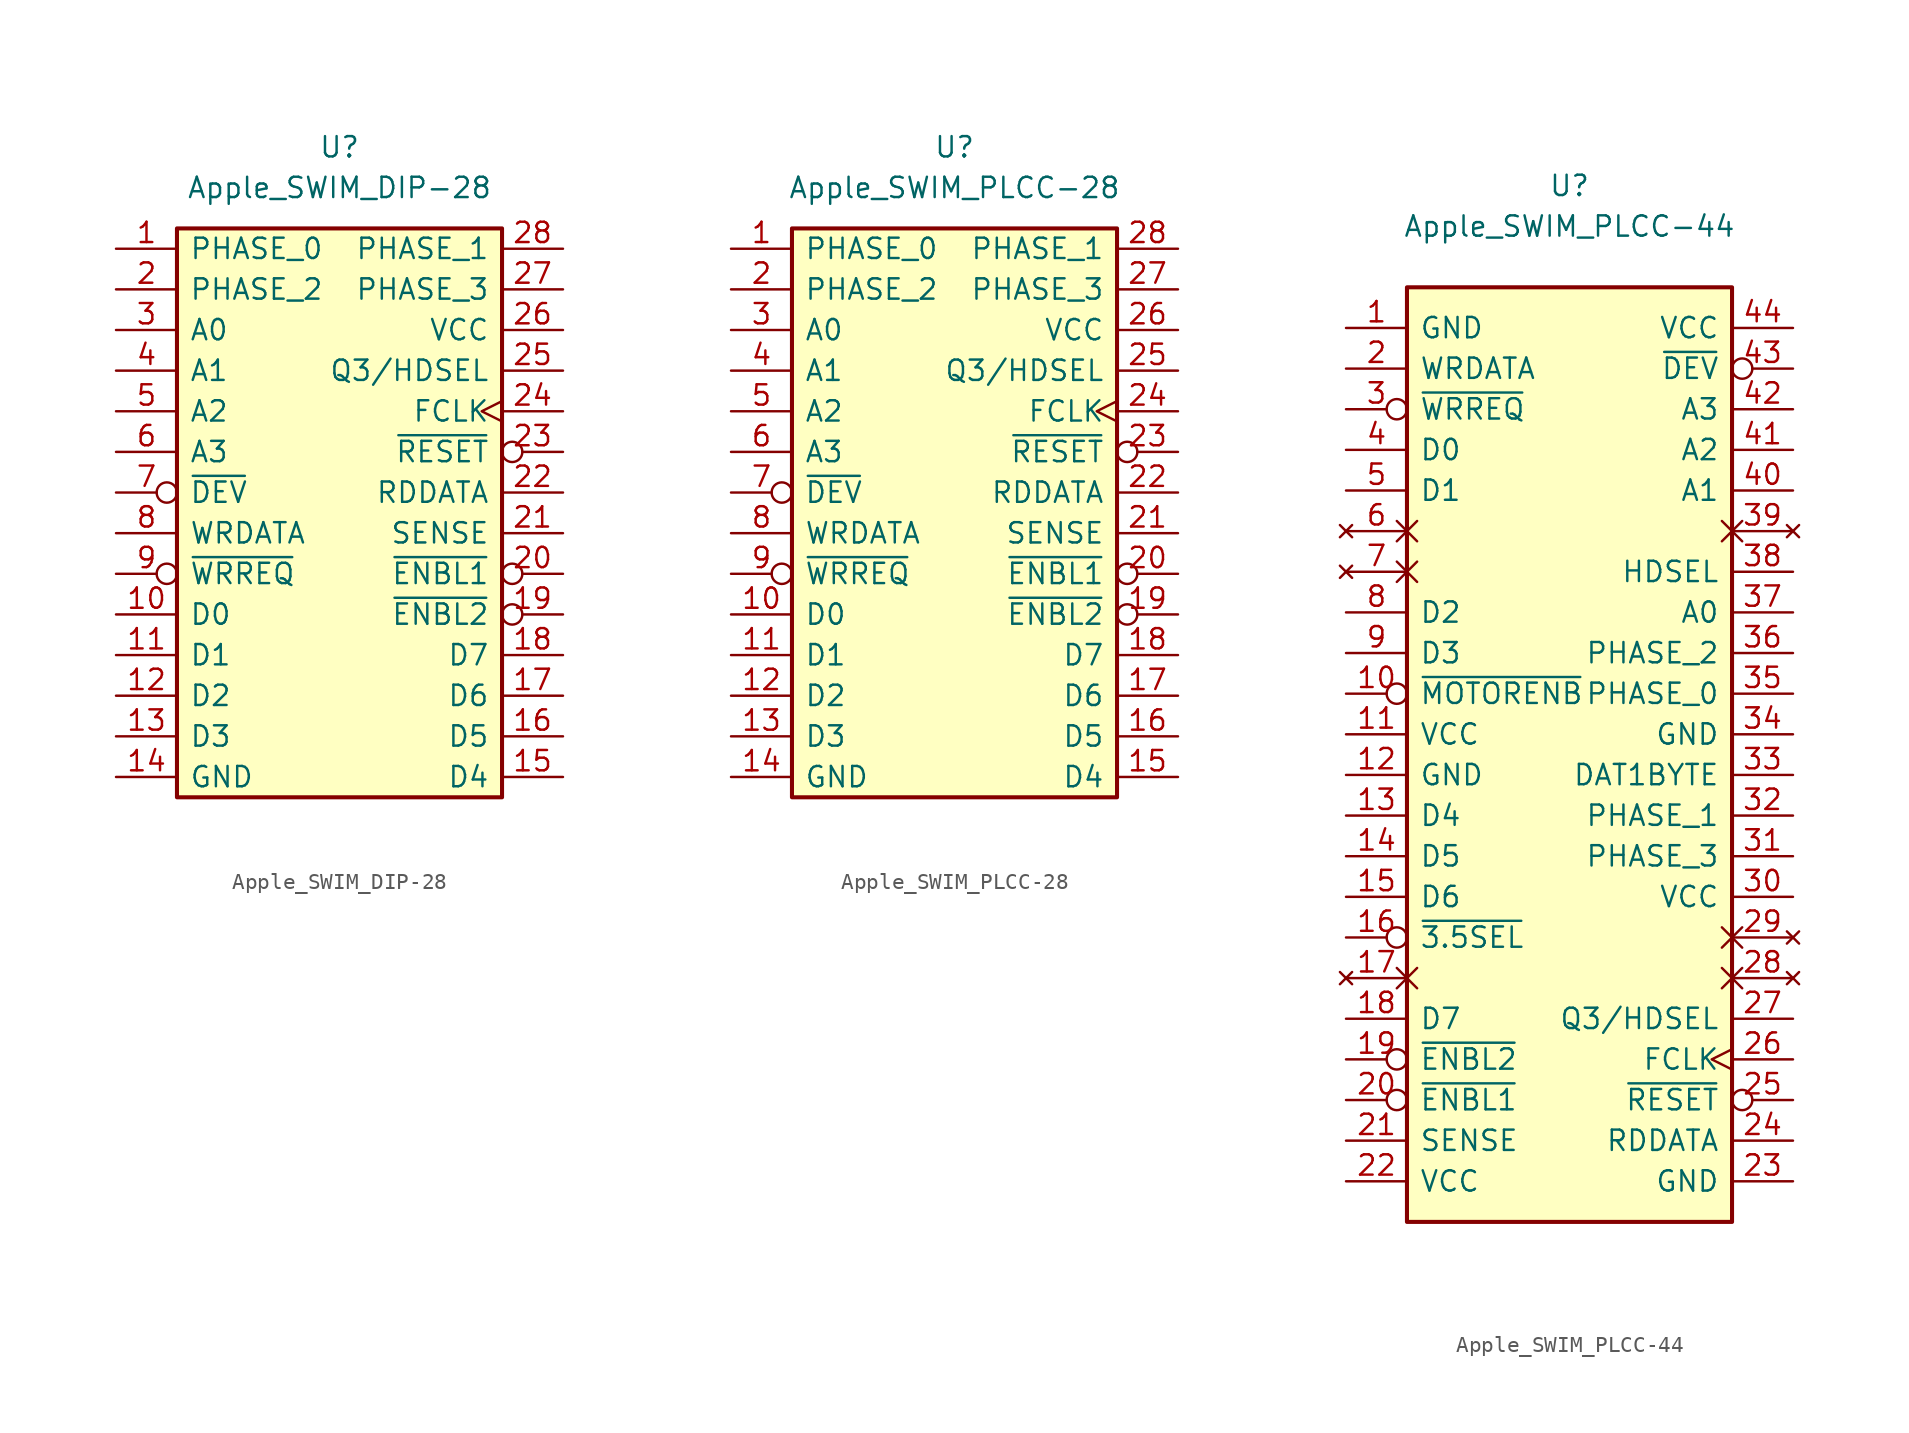
<source format=kicad_sym>
(kicad_symbol_lib
  (version 20211014)
  (generator kicad_symbol_editor)
  (symbol "Apple_SWIM_DIP-28"
    (pin_names
      (offset 0.762))
    (property "Reference" "U"
      (at 0 21.59 0)
      (effects (font (size 1.27 1.27))))
    (property "Value" "Apple_SWIM_DIP-28"
      (at 0 19.05 0)
      (effects (font (size 1.27 1.27))))
    (symbol "Apple_SWIM_DIP-28_1_1"
      (rectangle (start -10.16 16.51) (end 10.16 -19.05) (stroke (width 0.254) (type default) (color 0 0 0 0)) (fill (type background)))
      (pin bidirectional line (at -13.97 15.24 0) (length 3.81) (name "PHASE_0" (effects (font (size 1.27 1.27)))) (number "1" (effects (font (size 1.27 1.27)))))
      (pin bidirectional line (at -13.97 -7.62 0) (length 3.81) (name "D0" (effects (font (size 1.27 1.27)))) (number "10" (effects (font (size 1.27 1.27)))))
      (pin bidirectional line (at -13.97 -10.16 0) (length 3.81) (name "D1" (effects (font (size 1.27 1.27)))) (number "11" (effects (font (size 1.27 1.27)))))
      (pin bidirectional line (at -13.97 -12.7 0) (length 3.81) (name "D2" (effects (font (size 1.27 1.27)))) (number "12" (effects (font (size 1.27 1.27)))))
      (pin bidirectional line (at -13.97 -15.24 0) (length 3.81) (name "D3" (effects (font (size 1.27 1.27)))) (number "13" (effects (font (size 1.27 1.27)))))
      (pin power_in line (at -13.97 -17.78 0) (length 3.81) (name "GND" (effects (font (size 1.27 1.27)))) (number "14" (effects (font (size 1.27 1.27)))))
      (pin bidirectional line (at 13.97 -17.78 180) (length 3.81) (name "D4" (effects (font (size 1.27 1.27)))) (number "15" (effects (font (size 1.27 1.27)))))
      (pin bidirectional line (at 13.97 -15.24 180) (length 3.81) (name "D5" (effects (font (size 1.27 1.27)))) (number "16" (effects (font (size 1.27 1.27)))))
      (pin bidirectional line (at 13.97 -12.7 180) (length 3.81) (name "D6" (effects (font (size 1.27 1.27)))) (number "17" (effects (font (size 1.27 1.27)))))
      (pin bidirectional line (at 13.97 -10.16 180) (length 3.81) (name "D7" (effects (font (size 1.27 1.27)))) (number "18" (effects (font (size 1.27 1.27)))))
      (pin output inverted (at 13.97 -7.62 180) (length 3.81) (name "~{ENBL2}" (effects (font (size 1.27 1.27)))) (number "19" (effects (font (size 1.27 1.27)))))
      (pin bidirectional line (at -13.97 12.7 0) (length 3.81) (name "PHASE_2" (effects (font (size 1.27 1.27)))) (number "2" (effects (font (size 1.27 1.27)))))
      (pin output inverted (at 13.97 -5.08 180) (length 3.81) (name "~{ENBL1}" (effects (font (size 1.27 1.27)))) (number "20" (effects (font (size 1.27 1.27)))))
      (pin input line (at 13.97 -2.54 180) (length 3.81) (name "SENSE" (effects (font (size 1.27 1.27)))) (number "21" (effects (font (size 1.27 1.27)))))
      (pin input line (at 13.97 0 180) (length 3.81) (name "RDDATA" (effects (font (size 1.27 1.27)))) (number "22" (effects (font (size 1.27 1.27)))))
      (pin input inverted (at 13.97 2.54 180) (length 3.81) (name "~{RESET}" (effects (font (size 1.27 1.27)))) (number "23" (effects (font (size 1.27 1.27)))))
      (pin input clock (at 13.97 5.08 180) (length 3.81) (name "FCLK" (effects (font (size 1.27 1.27)))) (number "24" (effects (font (size 1.27 1.27)))))
      (pin bidirectional line (at 13.97 7.62 180) (length 3.81) (name "Q3/HDSEL" (effects (font (size 1.27 1.27)))) (number "25" (effects (font (size 1.27 1.27)))))
      (pin power_in line (at 13.97 10.16 180) (length 3.81) (name "VCC" (effects (font (size 1.27 1.27)))) (number "26" (effects (font (size 1.27 1.27)))))
      (pin bidirectional line (at 13.97 12.7 180) (length 3.81) (name "PHASE_3" (effects (font (size 1.27 1.27)))) (number "27" (effects (font (size 1.27 1.27)))))
      (pin bidirectional line (at 13.97 15.24 180) (length 3.81) (name "PHASE_1" (effects (font (size 1.27 1.27)))) (number "28" (effects (font (size 1.27 1.27)))))
      (pin input line (at -13.97 10.16 0) (length 3.81) (name "A0" (effects (font (size 1.27 1.27)))) (number "3" (effects (font (size 1.27 1.27)))))
      (pin input line (at -13.97 7.62 0) (length 3.81) (name "A1" (effects (font (size 1.27 1.27)))) (number "4" (effects (font (size 1.27 1.27)))))
      (pin input line (at -13.97 5.08 0) (length 3.81) (name "A2" (effects (font (size 1.27 1.27)))) (number "5" (effects (font (size 1.27 1.27)))))
      (pin input line (at -13.97 2.54 0) (length 3.81) (name "A3" (effects (font (size 1.27 1.27)))) (number "6" (effects (font (size 1.27 1.27)))))
      (pin input inverted (at -13.97 0 0) (length 3.81) (name "~{DEV}" (effects (font (size 1.27 1.27)))) (number "7" (effects (font (size 1.27 1.27)))))
      (pin output line (at -13.97 -2.54 0) (length 3.81) (name "WRDATA" (effects (font (size 1.27 1.27)))) (number "8" (effects (font (size 1.27 1.27)))))
      (pin output inverted (at -13.97 -5.08 0) (length 3.81) (name "~{WRREQ}" (effects (font (size 1.27 1.27)))) (number "9" (effects (font (size 1.27 1.27)))))))
  (symbol "Apple_SWIM_PLCC-28"
    (pin_names
      (offset 0.762))
    (property "Reference" "U"
      (at 0 21.59 0)
      (effects (font (size 1.27 1.27))))
    (property "Value" "Apple_SWIM_PLCC-28"
      (at 0 19.05 0)
      (effects (font (size 1.27 1.27))))
    (symbol "Apple_SWIM_PLCC-28_1_1"
      (rectangle (start -10.16 16.51) (end 10.16 -19.05) (stroke (width 0.254) (type default) (color 0 0 0 0)) (fill (type background)))
      (pin bidirectional line (at -13.97 15.24 0) (length 3.81) (name "PHASE_0" (effects (font (size 1.27 1.27)))) (number "1" (effects (font (size 1.27 1.27)))))
      (pin bidirectional line (at -13.97 -7.62 0) (length 3.81) (name "D0" (effects (font (size 1.27 1.27)))) (number "10" (effects (font (size 1.27 1.27)))))
      (pin bidirectional line (at -13.97 -10.16 0) (length 3.81) (name "D1" (effects (font (size 1.27 1.27)))) (number "11" (effects (font (size 1.27 1.27)))))
      (pin bidirectional line (at -13.97 -12.7 0) (length 3.81) (name "D2" (effects (font (size 1.27 1.27)))) (number "12" (effects (font (size 1.27 1.27)))))
      (pin bidirectional line (at -13.97 -15.24 0) (length 3.81) (name "D3" (effects (font (size 1.27 1.27)))) (number "13" (effects (font (size 1.27 1.27)))))
      (pin power_in line (at -13.97 -17.78 0) (length 3.81) (name "GND" (effects (font (size 1.27 1.27)))) (number "14" (effects (font (size 1.27 1.27)))))
      (pin bidirectional line (at 13.97 -17.78 180) (length 3.81) (name "D4" (effects (font (size 1.27 1.27)))) (number "15" (effects (font (size 1.27 1.27)))))
      (pin bidirectional line (at 13.97 -15.24 180) (length 3.81) (name "D5" (effects (font (size 1.27 1.27)))) (number "16" (effects (font (size 1.27 1.27)))))
      (pin bidirectional line (at 13.97 -12.7 180) (length 3.81) (name "D6" (effects (font (size 1.27 1.27)))) (number "17" (effects (font (size 1.27 1.27)))))
      (pin bidirectional line (at 13.97 -10.16 180) (length 3.81) (name "D7" (effects (font (size 1.27 1.27)))) (number "18" (effects (font (size 1.27 1.27)))))
      (pin output inverted (at 13.97 -7.62 180) (length 3.81) (name "~{ENBL2}" (effects (font (size 1.27 1.27)))) (number "19" (effects (font (size 1.27 1.27)))))
      (pin bidirectional line (at -13.97 12.7 0) (length 3.81) (name "PHASE_2" (effects (font (size 1.27 1.27)))) (number "2" (effects (font (size 1.27 1.27)))))
      (pin output inverted (at 13.97 -5.08 180) (length 3.81) (name "~{ENBL1}" (effects (font (size 1.27 1.27)))) (number "20" (effects (font (size 1.27 1.27)))))
      (pin input line (at 13.97 -2.54 180) (length 3.81) (name "SENSE" (effects (font (size 1.27 1.27)))) (number "21" (effects (font (size 1.27 1.27)))))
      (pin input line (at 13.97 0 180) (length 3.81) (name "RDDATA" (effects (font (size 1.27 1.27)))) (number "22" (effects (font (size 1.27 1.27)))))
      (pin input inverted (at 13.97 2.54 180) (length 3.81) (name "~{RESET}" (effects (font (size 1.27 1.27)))) (number "23" (effects (font (size 1.27 1.27)))))
      (pin input clock (at 13.97 5.08 180) (length 3.81) (name "FCLK" (effects (font (size 1.27 1.27)))) (number "24" (effects (font (size 1.27 1.27)))))
      (pin bidirectional line (at 13.97 7.62 180) (length 3.81) (name "Q3/HDSEL" (effects (font (size 1.27 1.27)))) (number "25" (effects (font (size 1.27 1.27)))))
      (pin power_in line (at 13.97 10.16 180) (length 3.81) (name "VCC" (effects (font (size 1.27 1.27)))) (number "26" (effects (font (size 1.27 1.27)))))
      (pin bidirectional line (at 13.97 12.7 180) (length 3.81) (name "PHASE_3" (effects (font (size 1.27 1.27)))) (number "27" (effects (font (size 1.27 1.27)))))
      (pin bidirectional line (at 13.97 15.24 180) (length 3.81) (name "PHASE_1" (effects (font (size 1.27 1.27)))) (number "28" (effects (font (size 1.27 1.27)))))
      (pin input line (at -13.97 10.16 0) (length 3.81) (name "A0" (effects (font (size 1.27 1.27)))) (number "3" (effects (font (size 1.27 1.27)))))
      (pin input line (at -13.97 7.62 0) (length 3.81) (name "A1" (effects (font (size 1.27 1.27)))) (number "4" (effects (font (size 1.27 1.27)))))
      (pin input line (at -13.97 5.08 0) (length 3.81) (name "A2" (effects (font (size 1.27 1.27)))) (number "5" (effects (font (size 1.27 1.27)))))
      (pin input line (at -13.97 2.54 0) (length 3.81) (name "A3" (effects (font (size 1.27 1.27)))) (number "6" (effects (font (size 1.27 1.27)))))
      (pin input inverted (at -13.97 0 0) (length 3.81) (name "~{DEV}" (effects (font (size 1.27 1.27)))) (number "7" (effects (font (size 1.27 1.27)))))
      (pin output line (at -13.97 -2.54 0) (length 3.81) (name "WRDATA" (effects (font (size 1.27 1.27)))) (number "8" (effects (font (size 1.27 1.27)))))
      (pin output inverted (at -13.97 -5.08 0) (length 3.81) (name "~{WRREQ}" (effects (font (size 1.27 1.27)))) (number "9" (effects (font (size 1.27 1.27)))))))
  (symbol "Apple_SWIM_PLCC-44"
    (pin_names
      (offset 0.762))
    (property "Reference" "U"
      (at 0 35.56 0)
      (effects (font (size 1.27 1.27))))
    (property "Value" "Apple_SWIM_PLCC-44"
      (at 0 33.02 0)
      (effects (font (size 1.27 1.27))))
    (symbol "Apple_SWIM_PLCC-44_1_1"
      (rectangle (start -10.16 29.21) (end 10.16 -29.21) (stroke (width 0.254) (type default) (color 0 0 0 0)) (fill (type background)))
      (pin power_in line (at -13.97 26.67 0) (length 3.81) (name "GND" (effects (font (size 1.27 1.27)))) (number "1" (effects (font (size 1.27 1.27)))))
      (pin output inverted (at -13.97 3.81 0) (length 3.81) (name "~{MOTORENB}" (effects (font (size 1.27 1.27)))) (number "10" (effects (font (size 1.27 1.27)))))
      (pin power_in line (at -13.97 1.27 0) (length 3.81) (name "VCC" (effects (font (size 1.27 1.27)))) (number "11" (effects (font (size 1.27 1.27)))))
      (pin power_in line (at -13.97 -1.27 0) (length 3.81) (name "GND" (effects (font (size 1.27 1.27)))) (number "12" (effects (font (size 1.27 1.27)))))
      (pin bidirectional line (at -13.97 -3.81 0) (length 3.81) (name "D4" (effects (font (size 1.27 1.27)))) (number "13" (effects (font (size 1.27 1.27)))))
      (pin bidirectional line (at -13.97 -6.35 0) (length 3.81) (name "D5" (effects (font (size 1.27 1.27)))) (number "14" (effects (font (size 1.27 1.27)))))
      (pin bidirectional line (at -13.97 -8.89 0) (length 3.81) (name "D6" (effects (font (size 1.27 1.27)))) (number "15" (effects (font (size 1.27 1.27)))))
      (pin output inverted (at -13.97 -11.43 0) (length 3.81) (name "~{3.5SEL}" (effects (font (size 1.27 1.27)))) (number "16" (effects (font (size 1.27 1.27)))))
      (pin no_connect non_logic (at -13.97 -13.97 0) (length 3.81) (name "" (effects (font (size 1.27 1.27)))) (number "17" (effects (font (size 1.27 1.27)))))
      (pin bidirectional line (at -13.97 -16.51 0) (length 3.81) (name "D7" (effects (font (size 1.27 1.27)))) (number "18" (effects (font (size 1.27 1.27)))))
      (pin output inverted (at -13.97 -19.05 0) (length 3.81) (name "~{ENBL2}" (effects (font (size 1.27 1.27)))) (number "19" (effects (font (size 1.27 1.27)))))
      (pin output line (at -13.97 24.13 0) (length 3.81) (name "WRDATA" (effects (font (size 1.27 1.27)))) (number "2" (effects (font (size 1.27 1.27)))))
      (pin output inverted (at -13.97 -21.59 0) (length 3.81) (name "~{ENBL1}" (effects (font (size 1.27 1.27)))) (number "20" (effects (font (size 1.27 1.27)))))
      (pin input line (at -13.97 -24.13 0) (length 3.81) (name "SENSE" (effects (font (size 1.27 1.27)))) (number "21" (effects (font (size 1.27 1.27)))))
      (pin power_in line (at -13.97 -26.67 0) (length 3.81) (name "VCC" (effects (font (size 1.27 1.27)))) (number "22" (effects (font (size 1.27 1.27)))))
      (pin power_in line (at 13.97 -26.67 180) (length 3.81) (name "GND" (effects (font (size 1.27 1.27)))) (number "23" (effects (font (size 1.27 1.27)))))
      (pin input line (at 13.97 -24.13 180) (length 3.81) (name "RDDATA" (effects (font (size 1.27 1.27)))) (number "24" (effects (font (size 1.27 1.27)))))
      (pin input inverted (at 13.97 -21.59 180) (length 3.81) (name "~{RESET}" (effects (font (size 1.27 1.27)))) (number "25" (effects (font (size 1.27 1.27)))))
      (pin input clock (at 13.97 -19.05 180) (length 3.81) (name "FCLK" (effects (font (size 1.27 1.27)))) (number "26" (effects (font (size 1.27 1.27)))))
      (pin bidirectional line (at 13.97 -16.51 180) (length 3.81) (name "Q3/HDSEL" (effects (font (size 1.27 1.27)))) (number "27" (effects (font (size 1.27 1.27)))))
      (pin no_connect non_logic (at 13.97 -13.97 180) (length 3.81) (name "" (effects (font (size 1.27 1.27)))) (number "28" (effects (font (size 1.27 1.27)))))
      (pin no_connect non_logic (at 13.97 -11.43 180) (length 3.81) (name "" (effects (font (size 1.27 1.27)))) (number "29" (effects (font (size 1.27 1.27)))))
      (pin output inverted (at -13.97 21.59 0) (length 3.81) (name "~{WRREQ}" (effects (font (size 1.27 1.27)))) (number "3" (effects (font (size 1.27 1.27)))))
      (pin power_in line (at 13.97 -8.89 180) (length 3.81) (name "VCC" (effects (font (size 1.27 1.27)))) (number "30" (effects (font (size 1.27 1.27)))))
      (pin bidirectional line (at 13.97 -6.35 180) (length 3.81) (name "PHASE_3" (effects (font (size 1.27 1.27)))) (number "31" (effects (font (size 1.27 1.27)))))
      (pin bidirectional line (at 13.97 -3.81 180) (length 3.81) (name "PHASE_1" (effects (font (size 1.27 1.27)))) (number "32" (effects (font (size 1.27 1.27)))))
      (pin output line (at 13.97 -1.27 180) (length 3.81) (name "DAT1BYTE" (effects (font (size 1.27 1.27)))) (number "33" (effects (font (size 1.27 1.27)))))
      (pin power_in line (at 13.97 1.27 180) (length 3.81) (name "GND" (effects (font (size 1.27 1.27)))) (number "34" (effects (font (size 1.27 1.27)))))
      (pin bidirectional line (at 13.97 3.81 180) (length 3.81) (name "PHASE_0" (effects (font (size 1.27 1.27)))) (number "35" (effects (font (size 1.27 1.27)))))
      (pin bidirectional line (at 13.97 6.35 180) (length 3.81) (name "PHASE_2" (effects (font (size 1.27 1.27)))) (number "36" (effects (font (size 1.27 1.27)))))
      (pin input line (at 13.97 8.89 180) (length 3.81) (name "A0" (effects (font (size 1.27 1.27)))) (number "37" (effects (font (size 1.27 1.27)))))
      (pin output line (at 13.97 11.43 180) (length 3.81) (name "HDSEL" (effects (font (size 1.27 1.27)))) (number "38" (effects (font (size 1.27 1.27)))))
      (pin no_connect non_logic (at 13.97 13.97 180) (length 3.81) (name "" (effects (font (size 1.27 1.27)))) (number "39" (effects (font (size 1.27 1.27)))))
      (pin bidirectional line (at -13.97 19.05 0) (length 3.81) (name "D0" (effects (font (size 1.27 1.27)))) (number "4" (effects (font (size 1.27 1.27)))))
      (pin input line (at 13.97 16.51 180) (length 3.81) (name "A1" (effects (font (size 1.27 1.27)))) (number "40" (effects (font (size 1.27 1.27)))))
      (pin input line (at 13.97 19.05 180) (length 3.81) (name "A2" (effects (font (size 1.27 1.27)))) (number "41" (effects (font (size 1.27 1.27)))))
      (pin input line (at 13.97 21.59 180) (length 3.81) (name "A3" (effects (font (size 1.27 1.27)))) (number "42" (effects (font (size 1.27 1.27)))))
      (pin input inverted (at 13.97 24.13 180) (length 3.81) (name "~{DEV}" (effects (font (size 1.27 1.27)))) (number "43" (effects (font (size 1.27 1.27)))))
      (pin power_in line (at 13.97 26.67 180) (length 3.81) (name "VCC" (effects (font (size 1.27 1.27)))) (number "44" (effects (font (size 1.27 1.27)))))
      (pin bidirectional line (at -13.97 16.51 0) (length 3.81) (name "D1" (effects (font (size 1.27 1.27)))) (number "5" (effects (font (size 1.27 1.27)))))
      (pin no_connect non_logic (at -13.97 13.97 0) (length 3.81) (name "" (effects (font (size 1.27 1.27)))) (number "6" (effects (font (size 1.27 1.27)))))
      (pin no_connect non_logic (at -13.97 11.43 0) (length 3.81) (name "" (effects (font (size 1.27 1.27)))) (number "7" (effects (font (size 1.27 1.27)))))
      (pin bidirectional line (at -13.97 8.89 0) (length 3.81) (name "D2" (effects (font (size 1.27 1.27)))) (number "8" (effects (font (size 1.27 1.27)))))
      (pin bidirectional line (at -13.97 6.35 0) (length 3.81) (name "D3" (effects (font (size 1.27 1.27)))) (number "9" (effects (font (size 1.27 1.27))))))))
</source>
